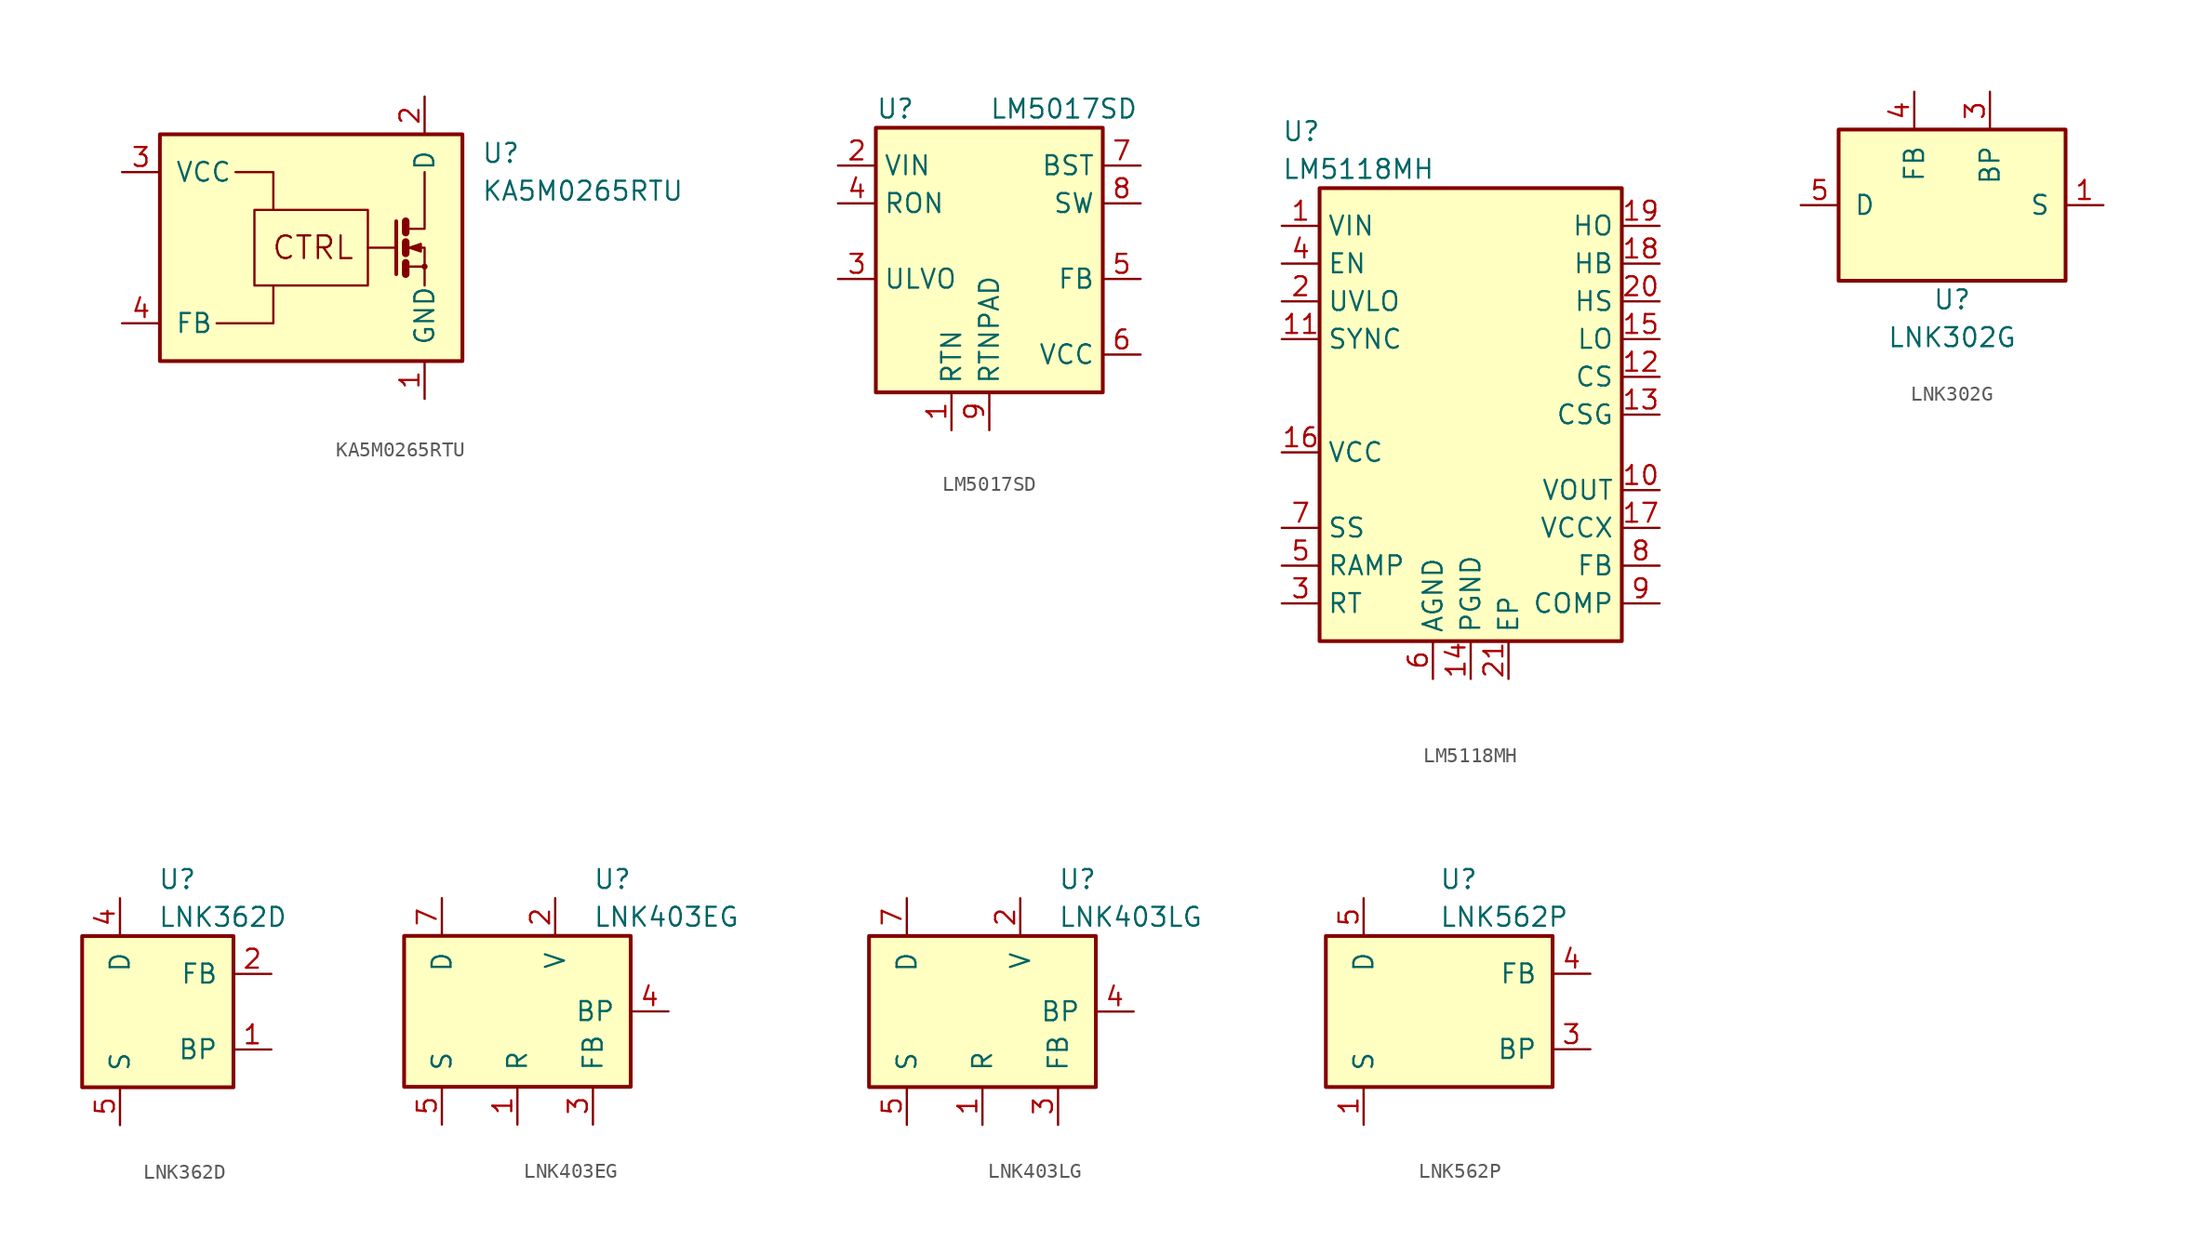
<source format=kicad_sym>
(kicad_symbol_lib
  (version 20201005)
  (generator kicad_symbol_editor)
  (symbol "KA5M0265RTU"
    (pin_names
      (offset 1.016))
    (property "Reference" "U"
      (at 11.43 6.35 0)
      (effects (font (size 1.27 1.27)) (justify left)))
    (property "Value" "KA5M0265RTU"
      (at 11.43 3.81 0)
      (effects (font (size 1.27 1.27)) (justify left)))
    (symbol "KA5M0265RTU_0_0"
      (circle (center 7.62 -1.27) (radius 0.127) (stroke (width 0)) (fill (type none)))
      (text "CTRL" (at 0.127 0 0) (effects (font (size 1.524 1.524))))
      (rectangle (start -3.81 2.54) (end 3.81 -2.54) (stroke (width 0)) (fill (type none)))
      (rectangle (start -10.16 7.62) (end 10.16 -7.62) (stroke (width 0.254)) (fill (type background)))
      (polyline (pts (xy 3.81 0) (xy 5.715 0)) (stroke (width 0)) (fill (type none)))
      (polyline (pts (xy 5.715 1.778) (xy 5.715 -1.778)) (stroke (width 0.254)) (fill (type none)))
      (polyline (pts (xy 6.35 -1.27) (xy 7.62 -1.27)) (stroke (width 0)) (fill (type none)))
      (polyline (pts (xy 6.35 -1.016) (xy 6.35 -1.778)) (stroke (width 0.508)) (fill (type none)))
      (polyline (pts (xy 6.35 0.381) (xy 6.35 -0.381)) (stroke (width 0.508)) (fill (type none)))
      (polyline (pts (xy 6.35 1.778) (xy 6.35 1.016)) (stroke (width 0.508)) (fill (type none)))
      (polyline (pts (xy -6.35 -5.08) (xy -2.54 -5.08) (xy -2.54 -2.54)) (stroke (width 0)) (fill (type none)))
      (polyline (pts (xy -5.08 5.08) (xy -2.54 5.08) (xy -2.54 2.54)) (stroke (width 0)) (fill (type none)))
      (polyline (pts (xy 6.35 1.27) (xy 7.62 1.27) (xy 7.62 5.08)) (stroke (width 0)) (fill (type none)))
      (polyline (pts (xy 7.62 -2.54) (xy 7.62 0) (xy 6.35 0)) (stroke (width 0)) (fill (type none)))
      (polyline (pts (xy 6.604 0) (xy 7.366 0.254) (xy 7.366 -0.254) (xy 6.604 0)) (stroke (width 0)) (fill (type outline))))
    (symbol "KA5M0265RTU_1_1"
      (pin power_in line (at 7.62 -10.16 90) (length 2.54) (name "GND" (effects (font (size 1.27 1.27)))) (number "1" (effects (font (size 1.27 1.27)))))
      (pin passive line (at 7.62 10.16 270) (length 2.54) (name "D" (effects (font (size 1.27 1.27)))) (number "2" (effects (font (size 1.27 1.27)))))
      (pin power_in line (at -12.7 5.08 0) (length 2.54) (name "VCC" (effects (font (size 1.27 1.27)))) (number "3" (effects (font (size 1.27 1.27)))))
      (pin passive line (at -12.7 -5.08 0) (length 2.54) (name "FB" (effects (font (size 1.27 1.27)))) (number "4" (effects (font (size 1.27 1.27)))))))
  (symbol "LM5017SD"
    (property "Reference" "U"
      (at -7.62 8.89 0)
      (effects (font (size 1.27 1.27)) (justify left)))
    (property "Value" "LM5017SD"
      (at 0 8.89 0)
      (effects (font (size 1.27 1.27)) (justify left)))
    (symbol "LM5017SD_0_1"
      (rectangle (start -7.62 7.62) (end 7.62 -10.16) (stroke (width 0.254)) (fill (type background))))
    (symbol "LM5017SD_1_1"
      (pin power_in line (at -2.54 -12.7 90) (length 2.54) (name "RTN" (effects (font (size 1.27 1.27)))) (number "1" (effects (font (size 1.27 1.27)))))
      (pin power_in line (at -10.16 5.08 0) (length 2.54) (name "VIN" (effects (font (size 1.27 1.27)))) (number "2" (effects (font (size 1.27 1.27)))))
      (pin input line (at -10.16 -2.54 0) (length 2.54) (name "ULVO" (effects (font (size 1.27 1.27)))) (number "3" (effects (font (size 1.27 1.27)))))
      (pin input line (at -10.16 2.54 0) (length 2.54) (name "RON" (effects (font (size 1.27 1.27)))) (number "4" (effects (font (size 1.27 1.27)))))
      (pin input line (at 10.16 -2.54 180) (length 2.54) (name "FB" (effects (font (size 1.27 1.27)))) (number "5" (effects (font (size 1.27 1.27)))))
      (pin output line (at 10.16 -7.62 180) (length 2.54) (name "VCC" (effects (font (size 1.27 1.27)))) (number "6" (effects (font (size 1.27 1.27)))))
      (pin input line (at 10.16 5.08 180) (length 2.54) (name "BST" (effects (font (size 1.27 1.27)))) (number "7" (effects (font (size 1.27 1.27)))))
      (pin output line (at 10.16 2.54 180) (length 2.54) (name "SW" (effects (font (size 1.27 1.27)))) (number "8" (effects (font (size 1.27 1.27)))))
      (pin power_in line (at 0 -12.7 90) (length 2.54) (name "RTNPAD" (effects (font (size 1.27 1.27)))) (number "9" (effects (font (size 1.27 1.27)))))))
  (symbol "LM5118MH"
    (property "Reference" "U"
      (at -12.7 19.05 0)
      (effects (font (size 1.27 1.27)) (justify left)))
    (property "Value" "LM5118MH"
      (at -12.7 16.51 0)
      (effects (font (size 1.27 1.27)) (justify left)))
    (symbol "LM5118MH_0_1"
      (rectangle (start -10.16 15.24) (end 10.16 -15.24) (stroke (width 0.254)) (fill (type background))))
    (symbol "LM5118MH_1_1"
      (pin power_in line (at -12.7 12.7 0) (length 2.54) (name "VIN" (effects (font (size 1.27 1.27)))) (number "1" (effects (font (size 1.27 1.27)))))
      (pin input line (at 12.7 -5.08 180) (length 2.54) (name "VOUT" (effects (font (size 1.27 1.27)))) (number "10" (effects (font (size 1.27 1.27)))))
      (pin input line (at -12.7 5.08 0) (length 2.54) (name "SYNC" (effects (font (size 1.27 1.27)))) (number "11" (effects (font (size 1.27 1.27)))))
      (pin input line (at 12.7 2.54 180) (length 2.54) (name "CS" (effects (font (size 1.27 1.27)))) (number "12" (effects (font (size 1.27 1.27)))))
      (pin input line (at 12.7 0 180) (length 2.54) (name "CSG" (effects (font (size 1.27 1.27)))) (number "13" (effects (font (size 1.27 1.27)))))
      (pin power_in line (at 0 -17.78 90) (length 2.54) (name "PGND" (effects (font (size 1.27 1.27)))) (number "14" (effects (font (size 1.27 1.27)))))
      (pin output line (at 12.7 5.08 180) (length 2.54) (name "LO" (effects (font (size 1.27 1.27)))) (number "15" (effects (font (size 1.27 1.27)))))
      (pin power_out line (at -12.7 -2.54 0) (length 2.54) (name "VCC" (effects (font (size 1.27 1.27)))) (number "16" (effects (font (size 1.27 1.27)))))
      (pin power_in line (at 12.7 -7.62 180) (length 2.54) (name "VCCX" (effects (font (size 1.27 1.27)))) (number "17" (effects (font (size 1.27 1.27)))))
      (pin passive line (at 12.7 10.16 180) (length 2.54) (name "HB" (effects (font (size 1.27 1.27)))) (number "18" (effects (font (size 1.27 1.27)))))
      (pin output line (at 12.7 12.7 180) (length 2.54) (name "HO" (effects (font (size 1.27 1.27)))) (number "19" (effects (font (size 1.27 1.27)))))
      (pin input line (at -12.7 7.62 0) (length 2.54) (name "UVLO" (effects (font (size 1.27 1.27)))) (number "2" (effects (font (size 1.27 1.27)))))
      (pin passive line (at 12.7 7.62 180) (length 2.54) (name "HS" (effects (font (size 1.27 1.27)))) (number "20" (effects (font (size 1.27 1.27)))))
      (pin passive line (at 2.54 -17.78 90) (length 2.54) (name "EP" (effects (font (size 1.27 1.27)))) (number "21" (effects (font (size 1.27 1.27)))))
      (pin passive line (at -12.7 -12.7 0) (length 2.54) (name "RT" (effects (font (size 1.27 1.27)))) (number "3" (effects (font (size 1.27 1.27)))))
      (pin input line (at -12.7 10.16 0) (length 2.54) (name "EN" (effects (font (size 1.27 1.27)))) (number "4" (effects (font (size 1.27 1.27)))))
      (pin passive line (at -12.7 -10.16 0) (length 2.54) (name "RAMP" (effects (font (size 1.27 1.27)))) (number "5" (effects (font (size 1.27 1.27)))))
      (pin power_in line (at -2.54 -17.78 90) (length 2.54) (name "AGND" (effects (font (size 1.27 1.27)))) (number "6" (effects (font (size 1.27 1.27)))))
      (pin passive line (at -12.7 -7.62 0) (length 2.54) (name "SS" (effects (font (size 1.27 1.27)))) (number "7" (effects (font (size 1.27 1.27)))))
      (pin input line (at 12.7 -10.16 180) (length 2.54) (name "FB" (effects (font (size 1.27 1.27)))) (number "8" (effects (font (size 1.27 1.27)))))
      (pin output line (at 12.7 -12.7 180) (length 2.54) (name "COMP" (effects (font (size 1.27 1.27)))) (number "9" (effects (font (size 1.27 1.27)))))))
  (symbol "LNK302G"
    (pin_names
      (offset 1.016))
    (property "Reference" "U"
      (at 0 -6.35 0)
      (effects (font (size 1.27 1.27))))
    (property "Value" "LNK302G"
      (at 0 -8.89 0)
      (effects (font (size 1.27 1.27))))
    (symbol "LNK302G_0_1"
      (rectangle (start -7.62 5.08) (end 7.62 -5.08) (stroke (width 0.254)) (fill (type background))))
    (symbol "LNK302G_1_1"
      (pin power_in line (at 10.16 0 180) (length 2.54) (name "S" (effects (font (size 1.27 1.27)))) (number "1" (effects (font (size 1.27 1.27)))))
      (pin passive line (at 10.16 0 180) (length 2.54) hide (name "S" (effects (font (size 1.27 1.27)))) (number "2" (effects (font (size 1.27 1.27)))))
      (pin input line (at 2.54 7.62 270) (length 2.54) (name "BP" (effects (font (size 1.27 1.27)))) (number "3" (effects (font (size 1.27 1.27)))))
      (pin input line (at -2.54 7.62 270) (length 2.54) (name "FB" (effects (font (size 1.27 1.27)))) (number "4" (effects (font (size 1.27 1.27)))))
      (pin open_collector line (at -10.16 0 0) (length 2.54) (name "D" (effects (font (size 1.27 1.27)))) (number "5" (effects (font (size 1.27 1.27)))))
      (pin passive line (at 10.16 0 180) (length 2.54) hide (name "S" (effects (font (size 1.27 1.27)))) (number "7" (effects (font (size 1.27 1.27)))))
      (pin passive line (at 10.16 0 180) (length 2.54) hide (name "S" (effects (font (size 1.27 1.27)))) (number "8" (effects (font (size 1.27 1.27)))))))
  (symbol "LNK362D"
    (pin_names
      (offset 1.016))
    (property "Reference" "U"
      (at 0 8.89 0)
      (effects (font (size 1.27 1.27)) (justify left)))
    (property "Value" "LNK362D"
      (at 0 6.35 0)
      (effects (font (size 1.27 1.27)) (justify left)))
    (symbol "LNK362D_0_1"
      (rectangle (start -5.08 5.08) (end 5.08 -5.08) (stroke (width 0.254)) (fill (type background))))
    (symbol "LNK362D_1_1"
      (pin input line (at 7.62 -2.54 180) (length 2.54) (name "BP" (effects (font (size 1.27 1.27)))) (number "1" (effects (font (size 1.27 1.27)))))
      (pin input line (at 7.62 2.54 180) (length 2.54) (name "FB" (effects (font (size 1.27 1.27)))) (number "2" (effects (font (size 1.27 1.27)))))
      (pin open_collector line (at -2.54 7.62 270) (length 2.54) (name "D" (effects (font (size 1.27 1.27)))) (number "4" (effects (font (size 1.27 1.27)))))
      (pin power_in line (at -2.54 -7.62 90) (length 2.54) (name "S" (effects (font (size 1.27 1.27)))) (number "5" (effects (font (size 1.27 1.27)))))
      (pin passive line (at -2.54 -7.62 90) (length 2.54) hide (name "S" (effects (font (size 1.27 1.27)))) (number "6" (effects (font (size 1.27 1.27)))))
      (pin passive line (at -2.54 -7.62 90) (length 2.54) hide (name "S" (effects (font (size 1.27 1.27)))) (number "7" (effects (font (size 1.27 1.27)))))
      (pin passive line (at -2.54 -7.62 90) (length 2.54) hide (name "S" (effects (font (size 1.27 1.27)))) (number "8" (effects (font (size 1.27 1.27)))))))
  (symbol "LNK403EG"
    (pin_names
      (offset 1.016))
    (property "Reference" "U"
      (at 5.08 8.89 0)
      (effects (font (size 1.27 1.27)) (justify left)))
    (property "Value" "LNK403EG"
      (at 5.08 6.35 0)
      (effects (font (size 1.27 1.27)) (justify left)))
    (symbol "LNK403EG_0_1"
      (rectangle (start -7.62 5.08) (end 7.62 -5.08) (stroke (width 0.254)) (fill (type background))))
    (symbol "LNK403EG_1_1"
      (pin input line (at 0 -7.62 90) (length 2.54) (name "R" (effects (font (size 1.27 1.27)))) (number "1" (effects (font (size 1.27 1.27)))))
      (pin input line (at 2.54 7.62 270) (length 2.54) (name "V" (effects (font (size 1.27 1.27)))) (number "2" (effects (font (size 1.27 1.27)))))
      (pin input line (at 5.08 -7.62 90) (length 2.54) (name "FB" (effects (font (size 1.27 1.27)))) (number "3" (effects (font (size 1.27 1.27)))))
      (pin input line (at 10.16 0 180) (length 2.54) (name "BP" (effects (font (size 1.27 1.27)))) (number "4" (effects (font (size 1.27 1.27)))))
      (pin power_in line (at -5.08 -7.62 90) (length 2.54) (name "S" (effects (font (size 1.27 1.27)))) (number "5" (effects (font (size 1.27 1.27)))))
      (pin open_collector line (at -5.08 7.62 270) (length 2.54) (name "D" (effects (font (size 1.27 1.27)))) (number "7" (effects (font (size 1.27 1.27)))))))
  (symbol "LNK403LG"
    (pin_names
      (offset 1.016))
    (property "Reference" "U"
      (at 5.08 8.89 0)
      (effects (font (size 1.27 1.27)) (justify left)))
    (property "Value" "LNK403LG"
      (at 5.08 6.35 0)
      (effects (font (size 1.27 1.27)) (justify left)))
    (symbol "LNK403LG_0_1"
      (rectangle (start -7.62 5.08) (end 7.62 -5.08) (stroke (width 0.254)) (fill (type background))))
    (symbol "LNK403LG_1_1"
      (pin input line (at 0 -7.62 90) (length 2.54) (name "R" (effects (font (size 1.27 1.27)))) (number "1" (effects (font (size 1.27 1.27)))))
      (pin input line (at 2.54 7.62 270) (length 2.54) (name "V" (effects (font (size 1.27 1.27)))) (number "2" (effects (font (size 1.27 1.27)))))
      (pin input line (at 5.08 -7.62 90) (length 2.54) (name "FB" (effects (font (size 1.27 1.27)))) (number "3" (effects (font (size 1.27 1.27)))))
      (pin input line (at 10.16 0 180) (length 2.54) (name "BP" (effects (font (size 1.27 1.27)))) (number "4" (effects (font (size 1.27 1.27)))))
      (pin power_in line (at -5.08 -7.62 90) (length 2.54) (name "S" (effects (font (size 1.27 1.27)))) (number "5" (effects (font (size 1.27 1.27)))))
      (pin open_collector line (at -5.08 7.62 270) (length 2.54) (name "D" (effects (font (size 1.27 1.27)))) (number "7" (effects (font (size 1.27 1.27)))))))
  (symbol "LNK562P"
    (pin_names
      (offset 1.016))
    (property "Reference" "U"
      (at 0 8.89 0)
      (effects (font (size 1.27 1.27)) (justify left)))
    (property "Value" "LNK562P"
      (at 0 6.35 0)
      (effects (font (size 1.27 1.27)) (justify left)))
    (symbol "LNK562P_0_1"
      (rectangle (start -7.62 5.08) (end 7.62 -5.08) (stroke (width 0.254)) (fill (type background))))
    (symbol "LNK562P_1_1"
      (pin power_in line (at -5.08 -7.62 90) (length 2.54) (name "S" (effects (font (size 1.27 1.27)))) (number "1" (effects (font (size 1.27 1.27)))))
      (pin passive line (at -5.08 -7.62 90) (length 2.54) hide (name "S" (effects (font (size 1.27 1.27)))) (number "2" (effects (font (size 1.27 1.27)))))
      (pin input line (at 10.16 -2.54 180) (length 2.54) (name "BP" (effects (font (size 1.27 1.27)))) (number "3" (effects (font (size 1.27 1.27)))))
      (pin input line (at 10.16 2.54 180) (length 2.54) (name "FB" (effects (font (size 1.27 1.27)))) (number "4" (effects (font (size 1.27 1.27)))))
      (pin open_collector line (at -5.08 7.62 270) (length 2.54) (name "D" (effects (font (size 1.27 1.27)))) (number "5" (effects (font (size 1.27 1.27)))))
      (pin passive line (at -5.08 -7.62 90) (length 2.54) hide (name "S" (effects (font (size 1.27 1.27)))) (number "7" (effects (font (size 1.27 1.27)))))
      (pin passive line (at -5.08 -7.62 90) (length 2.54) hide (name "S" (effects (font (size 1.27 1.27)))) (number "8" (effects (font (size 1.27 1.27))))))))
</source>
